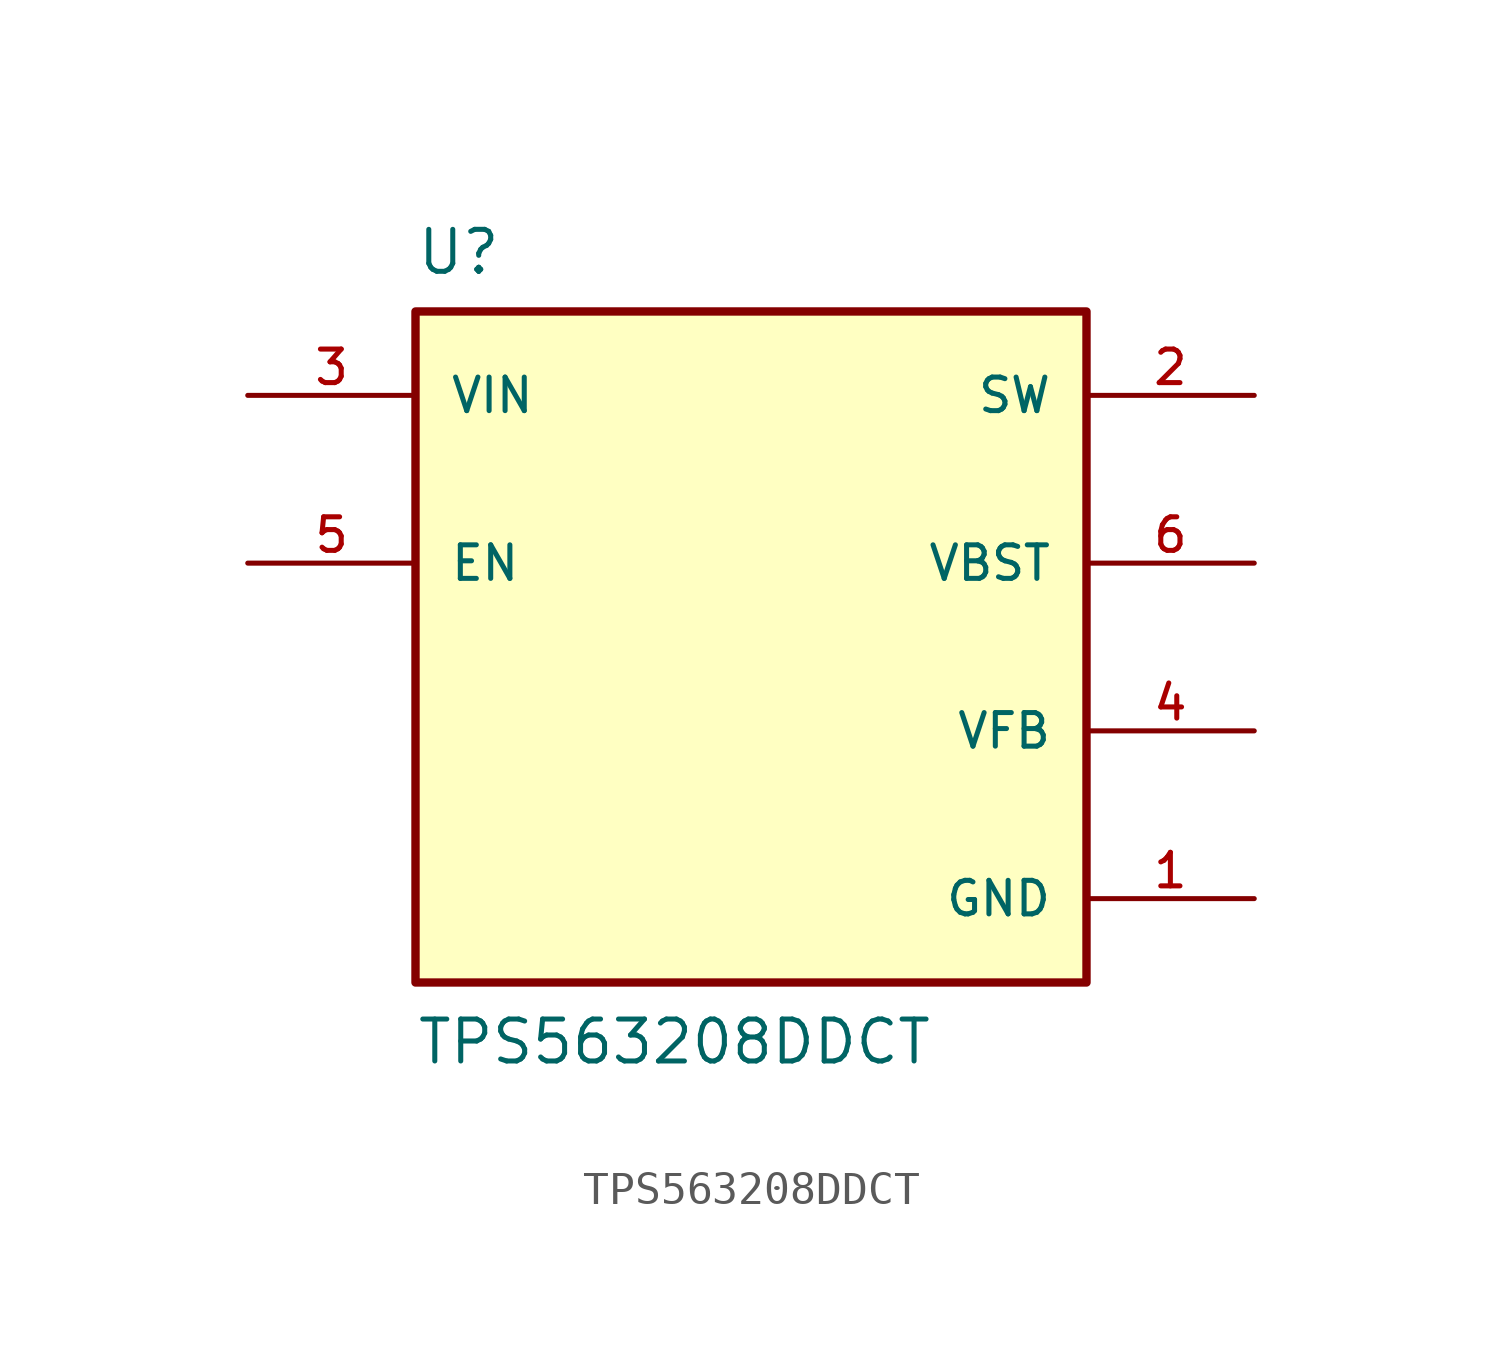
<source format=kicad_sym>
(kicad_symbol_lib
  (version 20211014)
  (generator kicad_symbol_editor)
  (symbol "TPS563208DDCT"
    (pin_names
      (offset 1.016))
    (property "Reference" "U"
      (at -10.16 12.7 0)
      (effects (font (size 1.27 1.27)) (justify top left)))
    (property "Value" "TPS563208DDCT"
      (at -10.16 -12.7 0)
      (effects (font (size 1.27 1.27)) (justify bottom left)))
    (symbol "TPS563208DDCT_0_0"
      (rectangle (start -10.16 -10.16) (end 10.16 10.16) (stroke (width 0.254)) (fill (type background)))
      (pin power_in line (at 15.24 -7.62 180.0) (length 5.08) (name "GND" (effects (font (size 1.016 1.016)))) (number "1" (effects (font (size 1.016 1.016)))))
      (pin output line (at 15.24 7.62 180.0) (length 5.08) (name "SW" (effects (font (size 1.016 1.016)))) (number "2" (effects (font (size 1.016 1.016)))))
      (pin input line (at -15.24 7.62 0) (length 5.08) (name "VIN" (effects (font (size 1.016 1.016)))) (number "3" (effects (font (size 1.016 1.016)))))
      (pin input line (at 15.24 -2.54 180.0) (length 5.08) (name "VFB" (effects (font (size 1.016 1.016)))) (number "4" (effects (font (size 1.016 1.016)))))
      (pin input line (at -15.24 2.54 0) (length 5.08) (name "EN" (effects (font (size 1.016 1.016)))) (number "5" (effects (font (size 1.016 1.016)))))
      (pin output line (at 15.24 2.54 180.0) (length 5.08) (name "VBST" (effects (font (size 1.016 1.016)))) (number "6" (effects (font (size 1.016 1.016))))))))
</source>
